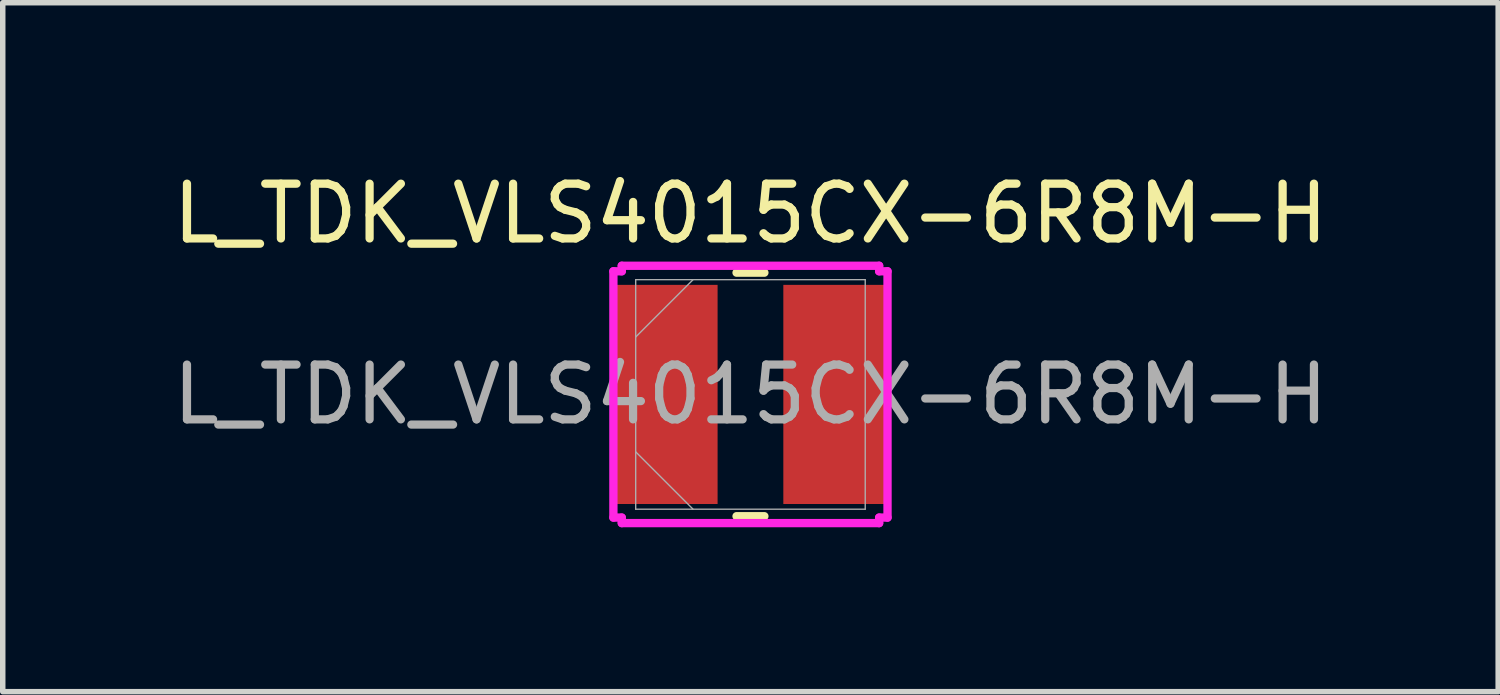
<source format=kicad_pcb>
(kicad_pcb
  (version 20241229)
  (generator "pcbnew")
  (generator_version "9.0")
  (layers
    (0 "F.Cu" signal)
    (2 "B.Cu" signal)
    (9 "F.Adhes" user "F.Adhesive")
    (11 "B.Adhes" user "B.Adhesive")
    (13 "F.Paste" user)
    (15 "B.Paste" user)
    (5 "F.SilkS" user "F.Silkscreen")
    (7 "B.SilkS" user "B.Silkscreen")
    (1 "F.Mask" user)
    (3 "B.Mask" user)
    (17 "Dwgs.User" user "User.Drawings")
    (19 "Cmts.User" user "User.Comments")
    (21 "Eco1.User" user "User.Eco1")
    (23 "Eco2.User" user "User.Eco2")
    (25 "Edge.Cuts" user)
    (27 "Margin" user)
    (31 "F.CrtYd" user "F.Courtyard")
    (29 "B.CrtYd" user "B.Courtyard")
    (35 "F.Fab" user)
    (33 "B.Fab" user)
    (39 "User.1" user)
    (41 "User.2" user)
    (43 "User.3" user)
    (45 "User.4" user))
  (footprint "L_TDK_VLS4015CX-6R8M-H"
    (layer "F.Cu")
    (at 10.649 4.15)
    (property "Reference" "L_TDK_VLS4015CX-6R8M-H" (at 0 -3.302 0) (unlocked yes) (layer "F.SilkS") (effects (font (size 1 1) (thickness 0.15))))
    (attr smd)
    (fp_line (start -0.254 2.223) (end 0.254 2.223) (stroke (width 0.152) (type solid)) (layer "F.SilkS"))
    (fp_line (start 0.254 -2.223) (end -0.254 -2.223) (stroke (width 0.152) (type solid)) (layer "F.SilkS"))
    (fp_line (start -2.502 -2.248) (end -2.349 -2.248) (stroke (width 0.152) (type solid)) (layer "F.CrtYd"))
    (fp_line (start -2.502 2.248) (end -2.502 -2.248) (stroke (width 0.152) (type solid)) (layer "F.CrtYd"))
    (fp_line (start -2.349 -2.349) (end 2.349 -2.349) (stroke (width 0.152) (type solid)) (layer "F.CrtYd"))
    (fp_line (start -2.349 -2.248) (end -2.349 -2.349) (stroke (width 0.152) (type solid)) (layer "F.CrtYd"))
    (fp_line (start -2.349 2.248) (end -2.502 2.248) (stroke (width 0.152) (type solid)) (layer "F.CrtYd"))
    (fp_line (start -2.349 2.248) (end -2.349 2.349) (stroke (width 0.152) (type solid)) (layer "F.CrtYd"))
    (fp_line (start -2.349 2.349) (end 2.349 2.349) (stroke (width 0.152) (type solid)) (layer "F.CrtYd"))
    (fp_line (start 2.349 -2.349) (end 2.349 -2.248) (stroke (width 0.152) (type solid)) (layer "F.CrtYd"))
    (fp_line (start 2.349 -2.248) (end 2.502 -2.248) (stroke (width 0.152) (type solid)) (layer "F.CrtYd"))
    (fp_line (start 2.349 2.248) (end 2.502 2.248) (stroke (width 0.152) (type solid)) (layer "F.CrtYd"))
    (fp_line (start 2.349 2.349) (end 2.349 2.248) (stroke (width 0.152) (type solid)) (layer "F.CrtYd"))
    (fp_line (start 2.502 -2.248) (end 2.502 2.248) (stroke (width 0.152) (type solid)) (layer "F.CrtYd"))
    (fp_line (start -2.095 -2.095) (end -2.095 2.095) (stroke (width 0.025) (type solid)) (layer "F.Fab"))
    (fp_line (start -2.095 -1.048) (end -1.048 -2.095) (stroke (width 0.025) (type solid)) (layer "F.Fab"))
    (fp_line (start -2.095 1.048) (end -1.048 2.095) (stroke (width 0.025) (type solid)) (layer "F.Fab"))
    (fp_line (start -2.095 2.095) (end 2.095 2.095) (stroke (width 0.025) (type solid)) (layer "F.Fab"))
    (fp_line (start 2.095 -2.095) (end -2.095 -2.095) (stroke (width 0.025) (type solid)) (layer "F.Fab"))
    (fp_line (start 2.095 2.095) (end 2.095 -2.095) (stroke (width 0.025) (type solid)) (layer "F.Fab"))
    (fp_text user "${REFERENCE}" (at 0 0 0) (unlocked yes) (layer "F.Fab") (effects (font (size 1 1) (thickness 0.15))))
    (pad "" smd rect (at -1.55 0) (size 1.8 3.9) (layers "F.Paste"))
    (pad "" smd rect (at 1.55 0) (size 1.8 3.9) (layers "F.Paste"))
    (pad "1" smd rect (at -1.55 0) (size 1.9 4) (layers "F.Cu" "F.Mask"))
    (pad "2" smd rect (at 1.55 0) (size 1.9 4) (layers "F.Cu" "F.Mask")))
  (gr_rect
    (start -3 -3)
    (end 24.298 9.576)
    (stroke (width 0.1) (type default))
    (fill no)
    (layer "Edge.Cuts")))
</source>
